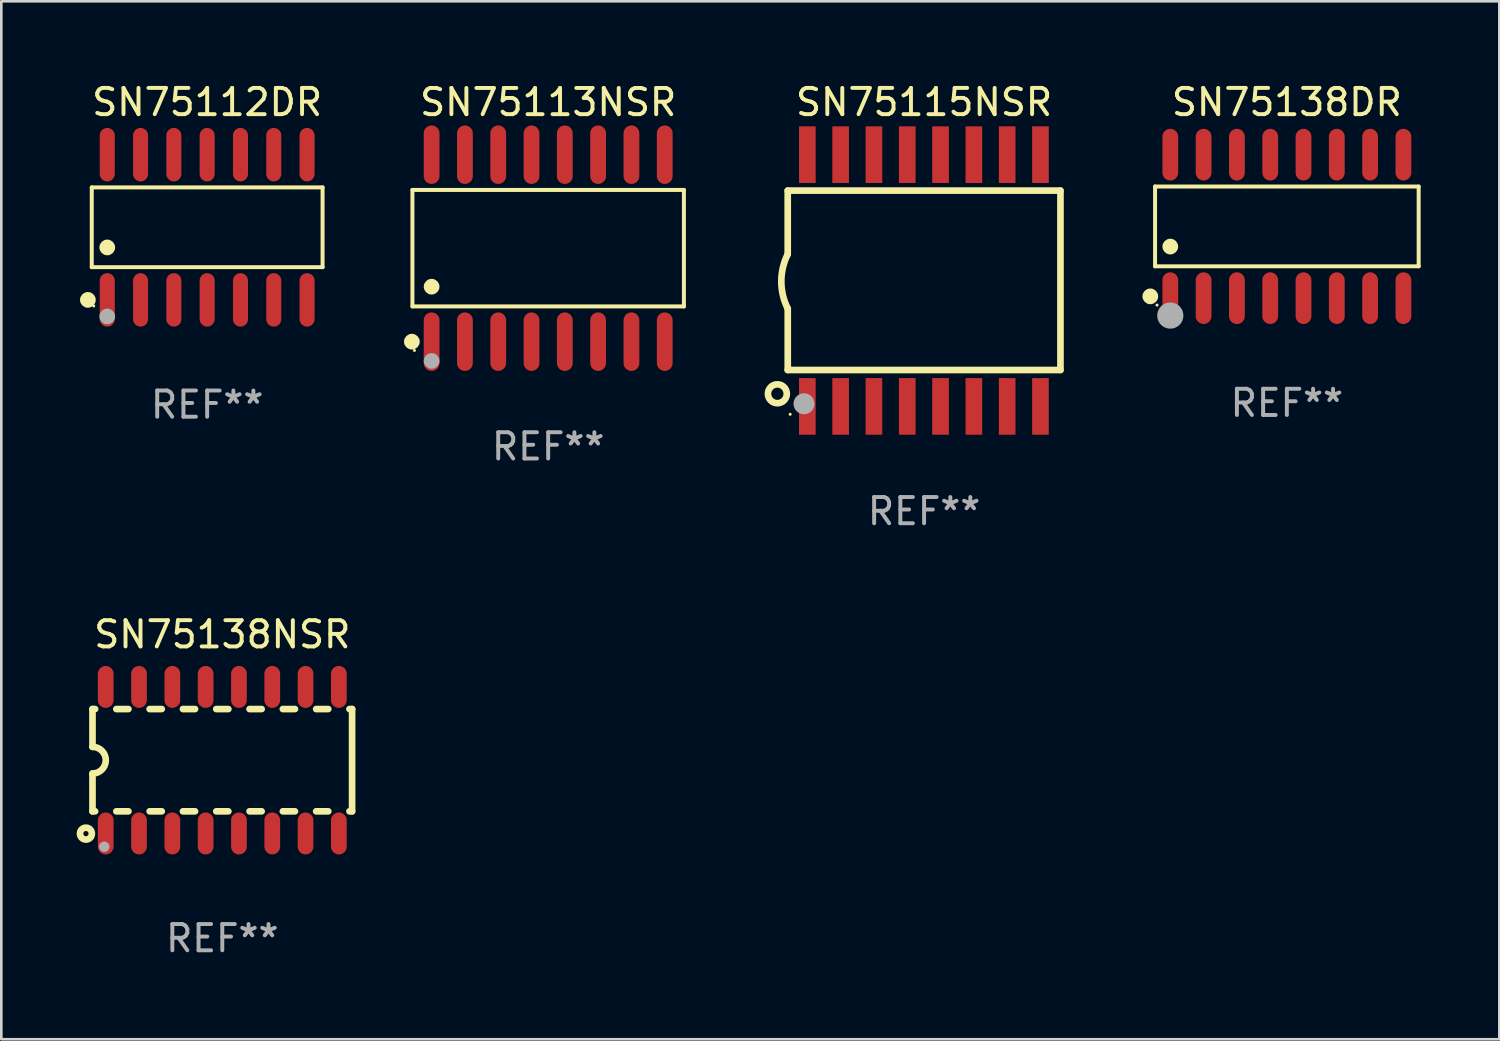
<source format=kicad_pcb>
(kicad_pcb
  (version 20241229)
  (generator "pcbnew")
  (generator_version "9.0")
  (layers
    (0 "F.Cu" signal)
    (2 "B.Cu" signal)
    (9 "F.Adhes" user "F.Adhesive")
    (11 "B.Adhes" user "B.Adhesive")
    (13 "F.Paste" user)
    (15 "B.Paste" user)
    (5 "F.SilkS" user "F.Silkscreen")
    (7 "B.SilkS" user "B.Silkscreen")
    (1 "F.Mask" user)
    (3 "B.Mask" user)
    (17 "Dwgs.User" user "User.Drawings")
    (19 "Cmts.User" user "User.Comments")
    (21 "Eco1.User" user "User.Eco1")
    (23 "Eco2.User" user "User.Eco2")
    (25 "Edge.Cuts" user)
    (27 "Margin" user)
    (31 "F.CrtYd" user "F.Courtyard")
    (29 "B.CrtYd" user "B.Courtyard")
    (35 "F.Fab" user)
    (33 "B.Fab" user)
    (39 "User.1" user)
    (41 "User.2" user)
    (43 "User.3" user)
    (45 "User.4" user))
  (footprint "SN75138NSR"
    (layer "F.Cu")
    (at 5.427 25.939)
    (property "Reference" "SN75138NSR" (at 0 -4.794 0) (layer "F.SilkS") (effects (font (size 1 1) (thickness 0.15))))
    (attr through_hole)
    (fp_line (start -4.95 -1.95) (end -4.95 -0.508) (stroke (width 0.254) (type solid)) (layer "F.SilkS"))
    (fp_line (start -4.95 -1.95) (end -4.849 -1.95) (stroke (width 0.254) (type solid)) (layer "F.SilkS"))
    (fp_line (start -4.95 1.95) (end -4.95 0.508) (stroke (width 0.254) (type solid)) (layer "F.SilkS"))
    (fp_line (start -4.95 1.95) (end -4.849 1.95) (stroke (width 0.254) (type solid)) (layer "F.SilkS"))
    (fp_line (start -4.041 -1.95) (end -3.579 -1.95) (stroke (width 0.254) (type solid)) (layer "F.SilkS"))
    (fp_line (start -4.041 1.95) (end -3.579 1.95) (stroke (width 0.254) (type solid)) (layer "F.SilkS"))
    (fp_line (start -2.771 -1.95) (end -2.309 -1.95) (stroke (width 0.254) (type solid)) (layer "F.SilkS"))
    (fp_line (start -2.771 1.95) (end -2.309 1.95) (stroke (width 0.254) (type solid)) (layer "F.SilkS"))
    (fp_line (start -1.501 -1.95) (end -1.039 -1.95) (stroke (width 0.254) (type solid)) (layer "F.SilkS"))
    (fp_line (start -1.501 1.95) (end -1.039 1.95) (stroke (width 0.254) (type solid)) (layer "F.SilkS"))
    (fp_line (start -0.231 -1.95) (end 0.231 -1.95) (stroke (width 0.254) (type solid)) (layer "F.SilkS"))
    (fp_line (start -0.231 1.95) (end 0.231 1.95) (stroke (width 0.254) (type solid)) (layer "F.SilkS"))
    (fp_line (start 1.039 -1.95) (end 1.501 -1.95) (stroke (width 0.254) (type solid)) (layer "F.SilkS"))
    (fp_line (start 1.039 1.95) (end 1.501 1.95) (stroke (width 0.254) (type solid)) (layer "F.SilkS"))
    (fp_line (start 2.309 -1.95) (end 2.771 -1.95) (stroke (width 0.254) (type solid)) (layer "F.SilkS"))
    (fp_line (start 2.309 1.95) (end 2.771 1.95) (stroke (width 0.254) (type solid)) (layer "F.SilkS"))
    (fp_line (start 3.579 -1.95) (end 4.041 -1.95) (stroke (width 0.254) (type solid)) (layer "F.SilkS"))
    (fp_line (start 3.579 1.95) (end 4.041 1.95) (stroke (width 0.254) (type solid)) (layer "F.SilkS"))
    (fp_line (start 4.849 -1.95) (end 4.95 -1.95) (stroke (width 0.254) (type solid)) (layer "F.SilkS"))
    (fp_line (start 4.849 1.95) (end 4.95 1.95) (stroke (width 0.254) (type solid)) (layer "F.SilkS"))
    (fp_line (start 4.95 -1.95) (end 4.95 1.95) (stroke (width 0.254) (type solid)) (layer "F.SilkS"))
    (fp_arc (start -4.95047 -0.508001) (mid -4.442469 -0.000228) (end -4.950013 0.508001) (stroke (width 0.254001) (type solid)) (layer "F.SilkS"))
    (fp_circle (center -5.2 2.8) (end -5.1 2.8) (stroke (width 0.254) (type solid)) (fill no) (layer "F.SilkS"))
    (fp_circle (center -4.95 2.947) (end -4.92 2.947) (stroke (width 0.06) (type solid)) (fill no) (layer "F.SilkS"))
    (fp_circle (center -4.5 3.3) (end -4.4 3.3) (stroke (width 0.2) (type solid)) (fill no) (layer "F.Fab"))
    (fp_text user "REF**" (at 0 6.794 0) (layer "F.Fab") (effects (font (size 1 1) (thickness 0.15))))
    (pad "1" smd oval (at -4.445 2.794) (size 0.6 1.6) (layers "F.Cu" "F.Mask" "F.Paste"))
    (pad "2" smd oval (at -3.175 2.794) (size 0.6 1.6) (layers "F.Cu" "F.Mask" "F.Paste"))
    (pad "3" smd oval (at -1.905 2.794) (size 0.6 1.6) (layers "F.Cu" "F.Mask" "F.Paste"))
    (pad "4" smd oval (at -0.635 2.794) (size 0.6 1.6) (layers "F.Cu" "F.Mask" "F.Paste"))
    (pad "5" smd oval (at 0.635 2.794) (size 0.6 1.6) (layers "F.Cu" "F.Mask" "F.Paste"))
    (pad "6" smd oval (at 1.905 2.794) (size 0.6 1.6) (layers "F.Cu" "F.Mask" "F.Paste"))
    (pad "7" smd oval (at 3.175 2.794) (size 0.6 1.6) (layers "F.Cu" "F.Mask" "F.Paste"))
    (pad "8" smd oval (at 4.445 2.794) (size 0.6 1.6) (layers "F.Cu" "F.Mask" "F.Paste"))
    (pad "9" smd oval (at 4.445 -2.794) (size 0.6 1.6) (layers "F.Cu" "F.Mask" "F.Paste"))
    (pad "10" smd oval (at 3.175 -2.794) (size 0.6 1.6) (layers "F.Cu" "F.Mask" "F.Paste"))
    (pad "11" smd oval (at 1.905 -2.794) (size 0.6 1.6) (layers "F.Cu" "F.Mask" "F.Paste"))
    (pad "12" smd oval (at 0.635 -2.794) (size 0.6 1.6) (layers "F.Cu" "F.Mask" "F.Paste"))
    (pad "13" smd oval (at -0.635 -2.794) (size 0.6 1.6) (layers "F.Cu" "F.Mask" "F.Paste"))
    (pad "14" smd oval (at -1.905 -2.794) (size 0.6 1.6) (layers "F.Cu" "F.Mask" "F.Paste"))
    (pad "15" smd oval (at -3.175 -2.794) (size 0.6 1.6) (layers "F.Cu" "F.Mask" "F.Paste"))
    (pad "16" smd oval (at -4.445 -2.794) (size 0.6 1.6) (layers "F.Cu" "F.Mask" "F.Paste")))
  (footprint "SN75115NSR"
    (layer "F.Cu")
    (at 32.189 7.648)
    (property "Reference" "SN75115NSR" (at 0 -6.8 0) (layer "F.SilkS") (effects (font (size 1 1) (thickness 0.15))))
    (attr through_hole)
    (fp_line (start -5.2 -3.429) (end -5.2 -1.005) (stroke (width 0.254) (type solid)) (layer "F.SilkS"))
    (fp_line (start -5.2 -3.429) (end 5.2 -3.429) (stroke (width 0.254) (type solid)) (layer "F.SilkS"))
    (fp_line (start -5.2 3.411) (end 5.2 3.411) (stroke (width 0.254) (type solid)) (layer "F.SilkS"))
    (fp_line (start -5.199 1.071) (end -5.199 3.411) (stroke (width 0.254) (type solid)) (layer "F.SilkS"))
    (fp_line (start 5.2 -3.429) (end 5.2 3.411) (stroke (width 0.254) (type solid)) (layer "F.SilkS"))
    (fp_arc (start -5.199391 1.07079) (mid -5.444637 0.032863) (end -5.2 -1.005207) (stroke (width 0.254001) (type solid)) (layer "F.SilkS"))
    (fp_circle (center -5.595 4.318) (end -5.235 4.318) (stroke (width 0.254) (type solid)) (fill no) (layer "F.SilkS"))
    (fp_circle (center -5.107 5.1) (end -5.077 5.1) (stroke (width 0.06) (type solid)) (fill no) (layer "F.SilkS"))
    (fp_circle (center -4.579 4.699) (end -4.379 4.699) (stroke (width 0.4) (type solid)) (fill no) (layer "F.Fab"))
    (fp_text user "REF**" (at 0 8.8 0) (layer "F.Fab") (effects (font (size 1 1) (thickness 0.15))))
    (pad "1" smd rect (at -4.452 4.8) (size 0.635 2.16) (layers "F.Cu" "F.Mask" "F.Paste"))
    (pad "2" smd rect (at -3.182 4.8) (size 0.635 2.16) (layers "F.Cu" "F.Mask" "F.Paste"))
    (pad "3" smd rect (at -1.912 4.8) (size 0.635 2.16) (layers "F.Cu" "F.Mask" "F.Paste"))
    (pad "4" smd rect (at -0.642 4.8) (size 0.635 2.16) (layers "F.Cu" "F.Mask" "F.Paste"))
    (pad "5" smd rect (at 0.628 4.8) (size 0.635 2.16) (layers "F.Cu" "F.Mask" "F.Paste"))
    (pad "6" smd rect (at 1.898 4.8) (size 0.635 2.16) (layers "F.Cu" "F.Mask" "F.Paste"))
    (pad "7" smd rect (at 3.168 4.8) (size 0.635 2.16) (layers "F.Cu" "F.Mask" "F.Paste"))
    (pad "8" smd rect (at 4.438 4.8) (size 0.635 2.16) (layers "F.Cu" "F.Mask" "F.Paste"))
    (pad "9" smd rect (at 4.438 -4.8) (size 0.635 2.16) (layers "F.Cu" "F.Mask" "F.Paste"))
    (pad "10" smd rect (at 3.168 -4.8) (size 0.635 2.16) (layers "F.Cu" "F.Mask" "F.Paste"))
    (pad "11" smd rect (at 1.898 -4.8) (size 0.635 2.16) (layers "F.Cu" "F.Mask" "F.Paste"))
    (pad "12" smd rect (at 0.628 -4.8) (size 0.635 2.16) (layers "F.Cu" "F.Mask" "F.Paste"))
    (pad "13" smd rect (at -0.642 -4.8) (size 0.635 2.16) (layers "F.Cu" "F.Mask" "F.Paste"))
    (pad "14" smd rect (at -1.912 -4.8) (size 0.635 2.16) (layers "F.Cu" "F.Mask" "F.Paste"))
    (pad "15" smd rect (at -3.182 -4.8) (size 0.635 2.16) (layers "F.Cu" "F.Mask" "F.Paste"))
    (pad "16" smd rect (at -4.452 -4.8) (size 0.635 2.16) (layers "F.Cu" "F.Mask" "F.Paste")))
  (footprint "SN75138DR"
    (layer "F.Cu")
    (at 46.023 5.584)
    (property "Reference" "SN75138DR" (at 0 -4.736 0) (layer "F.SilkS") (effects (font (size 1 1) (thickness 0.15))))
    (attr through_hole)
    (fp_line (start -5.026 -1.521) (end 5.026 -1.521) (stroke (width 0.152) (type solid)) (layer "F.SilkS"))
    (fp_line (start -5.026 1.521) (end -5.026 -1.521) (stroke (width 0.152) (type solid)) (layer "F.SilkS"))
    (fp_line (start 5.026 -1.521) (end 5.026 1.521) (stroke (width 0.152) (type solid)) (layer "F.SilkS"))
    (fp_line (start 5.026 1.521) (end -5.026 1.521) (stroke (width 0.152) (type solid)) (layer "F.SilkS"))
    (fp_circle (center -5.207 2.667) (end -5.057 2.667) (stroke (width 0.3) (type solid)) (fill no) (layer "F.SilkS"))
    (fp_circle (center -4.95 3) (end -4.92 3) (stroke (width 0.06) (type solid)) (fill no) (layer "F.SilkS"))
    (fp_circle (center -4.445 0.769) (end -4.295 0.769) (stroke (width 0.3) (type solid)) (fill no) (layer "F.SilkS"))
    (fp_circle (center -4.445 3.4) (end -4.195 3.4) (stroke (width 0.5) (type solid)) (fill no) (layer "F.Fab"))
    (fp_text user "REF**" (at 0 6.736 0) (layer "F.Fab") (effects (font (size 1 1) (thickness 0.15))))
    (pad "1" smd oval (at -4.445 2.736) (size 0.602 1.971) (layers "F.Cu" "F.Mask" "F.Paste"))
    (pad "2" smd oval (at -3.175 2.736) (size 0.602 1.971) (layers "F.Cu" "F.Mask" "F.Paste"))
    (pad "3" smd oval (at -1.905 2.736) (size 0.602 1.971) (layers "F.Cu" "F.Mask" "F.Paste"))
    (pad "4" smd oval (at -0.635 2.736) (size 0.602 1.971) (layers "F.Cu" "F.Mask" "F.Paste"))
    (pad "5" smd oval (at 0.635 2.736) (size 0.602 1.971) (layers "F.Cu" "F.Mask" "F.Paste"))
    (pad "6" smd oval (at 1.905 2.736) (size 0.602 1.971) (layers "F.Cu" "F.Mask" "F.Paste"))
    (pad "7" smd oval (at 3.175 2.736) (size 0.602 1.971) (layers "F.Cu" "F.Mask" "F.Paste"))
    (pad "8" smd oval (at 4.445 2.736) (size 0.602 1.971) (layers "F.Cu" "F.Mask" "F.Paste"))
    (pad "9" smd oval (at 4.445 -2.736) (size 0.602 1.971) (layers "F.Cu" "F.Mask" "F.Paste"))
    (pad "10" smd oval (at 3.175 -2.736) (size 0.602 1.971) (layers "F.Cu" "F.Mask" "F.Paste"))
    (pad "11" smd oval (at 1.905 -2.736) (size 0.602 1.971) (layers "F.Cu" "F.Mask" "F.Paste"))
    (pad "12" smd oval (at 0.635 -2.736) (size 0.602 1.971) (layers "F.Cu" "F.Mask" "F.Paste"))
    (pad "13" smd oval (at -0.635 -2.736) (size 0.602 1.971) (layers "F.Cu" "F.Mask" "F.Paste"))
    (pad "14" smd oval (at -1.905 -2.736) (size 0.602 1.971) (layers "F.Cu" "F.Mask" "F.Paste"))
    (pad "15" smd oval (at -3.175 -2.736) (size 0.602 1.971) (layers "F.Cu" "F.Mask" "F.Paste"))
    (pad "16" smd oval (at -4.445 -2.736) (size 0.602 1.971) (layers "F.Cu" "F.Mask" "F.Paste")))
  (footprint "SN75112DR"
    (layer "F.Cu")
    (at 4.85 5.617)
    (property "Reference" "SN75112DR" (at 0 -4.769 0) (layer "F.SilkS") (effects (font (size 1 1) (thickness 0.15))))
    (attr through_hole)
    (fp_line (start -4.401 -1.521) (end 4.401 -1.521) (stroke (width 0.152) (type solid)) (layer "F.SilkS"))
    (fp_line (start -4.401 1.521) (end -4.401 -1.521) (stroke (width 0.152) (type solid)) (layer "F.SilkS"))
    (fp_line (start 4.401 -1.521) (end 4.401 1.521) (stroke (width 0.152) (type solid)) (layer "F.SilkS"))
    (fp_line (start 4.401 1.521) (end -4.401 1.521) (stroke (width 0.152) (type solid)) (layer "F.SilkS"))
    (fp_circle (center -4.549 2.769) (end -4.399 2.769) (stroke (width 0.3) (type solid)) (fill no) (layer "F.SilkS"))
    (fp_circle (center -4.325 3) (end -4.295 3) (stroke (width 0.06) (type solid)) (fill no) (layer "F.SilkS"))
    (fp_circle (center -3.81 0.769) (end -3.66 0.769) (stroke (width 0.3) (type solid)) (fill no) (layer "F.SilkS"))
    (fp_circle (center -3.81 3.4) (end -3.66 3.4) (stroke (width 0.3) (type solid)) (fill no) (layer "F.Fab"))
    (fp_text user "REF**" (at 0 6.769 0) (layer "F.Fab") (effects (font (size 1 1) (thickness 0.15))))
    (pad "1" smd oval (at -3.81 2.769) (size 0.574 2.038) (layers "F.Cu" "F.Mask" "F.Paste"))
    (pad "2" smd oval (at -2.54 2.769) (size 0.574 2.038) (layers "F.Cu" "F.Mask" "F.Paste"))
    (pad "3" smd oval (at -1.27 2.769) (size 0.574 2.038) (layers "F.Cu" "F.Mask" "F.Paste"))
    (pad "4" smd oval (at 0 2.769) (size 0.574 2.038) (layers "F.Cu" "F.Mask" "F.Paste"))
    (pad "5" smd oval (at 1.27 2.769) (size 0.574 2.038) (layers "F.Cu" "F.Mask" "F.Paste"))
    (pad "6" smd oval (at 2.54 2.769) (size 0.574 2.038) (layers "F.Cu" "F.Mask" "F.Paste"))
    (pad "7" smd oval (at 3.81 2.769) (size 0.574 2.038) (layers "F.Cu" "F.Mask" "F.Paste"))
    (pad "8" smd oval (at 3.81 -2.769) (size 0.574 2.038) (layers "F.Cu" "F.Mask" "F.Paste"))
    (pad "9" smd oval (at 2.54 -2.769) (size 0.574 2.038) (layers "F.Cu" "F.Mask" "F.Paste"))
    (pad "10" smd oval (at 1.27 -2.769) (size 0.574 2.038) (layers "F.Cu" "F.Mask" "F.Paste"))
    (pad "11" smd oval (at 0 -2.769) (size 0.574 2.038) (layers "F.Cu" "F.Mask" "F.Paste"))
    (pad "12" smd oval (at -1.27 -2.769) (size 0.574 2.038) (layers "F.Cu" "F.Mask" "F.Paste"))
    (pad "13" smd oval (at -2.54 -2.769) (size 0.574 2.038) (layers "F.Cu" "F.Mask" "F.Paste"))
    (pad "14" smd oval (at -3.81 -2.769) (size 0.574 2.038) (layers "F.Cu" "F.Mask" "F.Paste")))
  (footprint "SN75113NSR"
    (layer "F.Cu")
    (at 17.854 6.414)
    (property "Reference" "SN75113NSR" (at 0 -5.565 0) (layer "F.SilkS") (effects (font (size 1 1) (thickness 0.15))))
    (attr through_hole)
    (fp_line (start -5.176 -2.221) (end 5.176 -2.221) (stroke (width 0.152) (type solid)) (layer "F.SilkS"))
    (fp_line (start -5.176 2.221) (end -5.176 -2.221) (stroke (width 0.152) (type solid)) (layer "F.SilkS"))
    (fp_line (start 5.176 -2.221) (end 5.176 2.221) (stroke (width 0.152) (type solid)) (layer "F.SilkS"))
    (fp_line (start 5.176 2.221) (end -5.176 2.221) (stroke (width 0.152) (type solid)) (layer "F.SilkS"))
    (fp_circle (center -5.198 3.565) (end -5.048 3.565) (stroke (width 0.3) (type solid)) (fill no) (layer "F.SilkS"))
    (fp_circle (center -5.1 3.9) (end -5.07 3.9) (stroke (width 0.06) (type solid)) (fill no) (layer "F.SilkS"))
    (fp_circle (center -4.445 1.469) (end -4.295 1.469) (stroke (width 0.3) (type solid)) (fill no) (layer "F.SilkS"))
    (fp_circle (center -4.445 4.3) (end -4.295 4.3) (stroke (width 0.3) (type solid)) (fill no) (layer "F.Fab"))
    (fp_text user "REF**" (at 0 7.565 0) (layer "F.Fab") (effects (font (size 1 1) (thickness 0.15))))
    (pad "1" smd oval (at -4.445 3.565) (size 0.602 2.231) (layers "F.Cu" "F.Mask" "F.Paste"))
    (pad "2" smd oval (at -3.175 3.565) (size 0.602 2.231) (layers "F.Cu" "F.Mask" "F.Paste"))
    (pad "3" smd oval (at -1.905 3.565) (size 0.602 2.231) (layers "F.Cu" "F.Mask" "F.Paste"))
    (pad "4" smd oval (at -0.635 3.565) (size 0.602 2.231) (layers "F.Cu" "F.Mask" "F.Paste"))
    (pad "5" smd oval (at 0.635 3.565) (size 0.602 2.231) (layers "F.Cu" "F.Mask" "F.Paste"))
    (pad "6" smd oval (at 1.905 3.565) (size 0.602 2.231) (layers "F.Cu" "F.Mask" "F.Paste"))
    (pad "7" smd oval (at 3.175 3.565) (size 0.602 2.231) (layers "F.Cu" "F.Mask" "F.Paste"))
    (pad "8" smd oval (at 4.445 3.565) (size 0.602 2.231) (layers "F.Cu" "F.Mask" "F.Paste"))
    (pad "9" smd oval (at 4.445 -3.565) (size 0.602 2.231) (layers "F.Cu" "F.Mask" "F.Paste"))
    (pad "10" smd oval (at 3.175 -3.565) (size 0.602 2.231) (layers "F.Cu" "F.Mask" "F.Paste"))
    (pad "11" smd oval (at 1.905 -3.565) (size 0.602 2.231) (layers "F.Cu" "F.Mask" "F.Paste"))
    (pad "12" smd oval (at 0.635 -3.565) (size 0.602 2.231) (layers "F.Cu" "F.Mask" "F.Paste"))
    (pad "13" smd oval (at -0.635 -3.565) (size 0.602 2.231) (layers "F.Cu" "F.Mask" "F.Paste"))
    (pad "14" smd oval (at -1.905 -3.565) (size 0.602 2.231) (layers "F.Cu" "F.Mask" "F.Paste"))
    (pad "15" smd oval (at -3.175 -3.565) (size 0.602 2.231) (layers "F.Cu" "F.Mask" "F.Paste"))
    (pad "16" smd oval (at -4.445 -3.565) (size 0.602 2.231) (layers "F.Cu" "F.Mask" "F.Paste")))
  (gr_rect
    (start -3 -3)
    (end 54.125 36.581)
    (stroke (width 0.1) (type default))
    (fill no)
    (layer "Edge.Cuts")))
</source>
